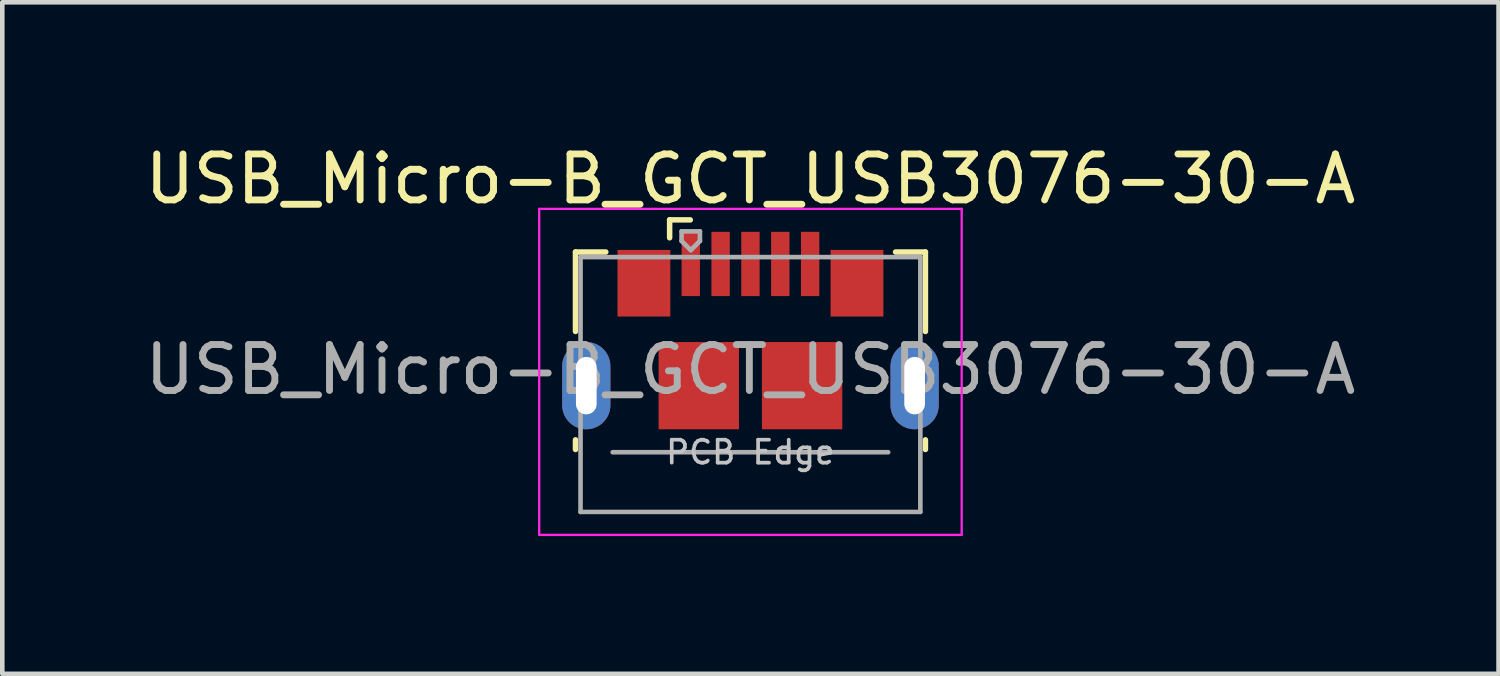
<source format=kicad_pcb>
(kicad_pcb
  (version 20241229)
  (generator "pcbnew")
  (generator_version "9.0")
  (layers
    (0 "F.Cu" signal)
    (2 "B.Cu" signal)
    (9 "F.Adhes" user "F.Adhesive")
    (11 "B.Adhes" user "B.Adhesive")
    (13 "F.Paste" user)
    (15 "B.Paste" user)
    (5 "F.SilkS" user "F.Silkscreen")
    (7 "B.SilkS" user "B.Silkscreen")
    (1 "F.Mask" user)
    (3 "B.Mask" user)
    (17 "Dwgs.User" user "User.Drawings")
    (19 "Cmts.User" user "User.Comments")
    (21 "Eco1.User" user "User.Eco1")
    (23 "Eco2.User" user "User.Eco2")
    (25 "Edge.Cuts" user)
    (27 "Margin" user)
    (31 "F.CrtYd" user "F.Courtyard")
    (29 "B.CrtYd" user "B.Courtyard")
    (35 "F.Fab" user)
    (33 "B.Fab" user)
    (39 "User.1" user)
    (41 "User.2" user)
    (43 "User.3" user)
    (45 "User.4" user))
  (footprint "USB_Micro-B_GCT_USB3076-30-A"
    (layer "F.Cu")
    (at 13.292 4.148)
    (property "Reference" "USB_Micro-B_GCT_USB3076-30-A" (at 0 -3.3 0) (layer "F.SilkS") (effects (font (size 1 1) (thickness 0.15))))
    (attr smd)
    (fp_line (start -3.81 -1.71) (end -3.15 -1.71) (stroke (width 0.12) (type solid)) (layer "F.SilkS"))
    (fp_line (start -3.81 0.02) (end -3.81 -1.71) (stroke (width 0.12) (type solid)) (layer "F.SilkS"))
    (fp_line (start -3.81 2.59) (end -3.81 2.38) (stroke (width 0.12) (type solid)) (layer "F.SilkS"))
    (fp_line (start -1.76 -2.41) (end -1.76 -2.02) (stroke (width 0.12) (type solid)) (layer "F.SilkS"))
    (fp_line (start -1.76 -2.41) (end -1.31 -2.41) (stroke (width 0.12) (type solid)) (layer "F.SilkS"))
    (fp_line (start 3.81 -1.71) (end 3.16 -1.71) (stroke (width 0.12) (type solid)) (layer "F.SilkS"))
    (fp_line (start 3.81 0.02) (end 3.81 -1.71) (stroke (width 0.12) (type solid)) (layer "F.SilkS"))
    (fp_line (start 3.81 2.59) (end 3.81 2.38) (stroke (width 0.12) (type solid)) (layer "F.SilkS"))
    (fp_line (start -4.6 -2.65) (end 4.6 -2.65) (stroke (width 0.05) (type solid)) (layer "F.CrtYd"))
    (fp_line (start -4.6 4.45) (end -4.6 -2.65) (stroke (width 0.05) (type solid)) (layer "F.CrtYd"))
    (fp_line (start -4.6 4.45) (end 4.6 4.45) (stroke (width 0.05) (type solid)) (layer "F.CrtYd"))
    (fp_line (start 4.6 -2.65) (end 4.6 4.45) (stroke (width 0.05) (type solid)) (layer "F.CrtYd"))
    (fp_line (start -3.7 -1.6) (end 3.7 -1.6) (stroke (width 0.1) (type solid)) (layer "F.Fab"))
    (fp_line (start -3.7 3.95) (end -3.7 -1.6) (stroke (width 0.1) (type solid)) (layer "F.Fab"))
    (fp_line (start -3.7 3.95) (end 3.7 3.95) (stroke (width 0.1) (type solid)) (layer "F.Fab"))
    (fp_line (start -3 2.65) (end 3 2.65) (stroke (width 0.1) (type solid)) (layer "F.Fab"))
    (fp_line (start -1.5 -2.16) (end -1.5 -1.95) (stroke (width 0.1) (type solid)) (layer "F.Fab"))
    (fp_line (start -1.5 -2.16) (end -1.1 -2.16) (stroke (width 0.1) (type solid)) (layer "F.Fab"))
    (fp_line (start -1.3 -1.75) (end -1.5 -1.95) (stroke (width 0.1) (type solid)) (layer "F.Fab"))
    (fp_line (start -1.1 -2.16) (end -1.1 -1.95) (stroke (width 0.1) (type solid)) (layer "F.Fab"))
    (fp_line (start -1.1 -1.95) (end -1.3 -1.75) (stroke (width 0.1) (type solid)) (layer "F.Fab"))
    (fp_line (start 3.7 3.95) (end 3.7 -1.6) (stroke (width 0.1) (type solid)) (layer "F.Fab"))
    (fp_text user "PCB Edge" (at 0 2.65 0) (layer "Dwgs.User") (effects (font (size 0.5 0.5) (thickness 0.08))))
    (fp_text user "${REFERENCE}" (at 0 0.85 0) (layer "F.Fab") (effects (font (size 1 1) (thickness 0.15))))
    (pad "1" smd rect (at -1.3 -1.45) (size 0.4 1.4) (layers "F.Cu" "F.Mask" "F.Paste"))
    (pad "2" smd rect (at -0.65 -1.45) (size 0.4 1.4) (layers "F.Cu" "F.Mask" "F.Paste"))
    (pad "3" smd rect (at 0 -1.45) (size 0.4 1.4) (layers "F.Cu" "F.Mask" "F.Paste"))
    (pad "4" smd rect (at 0.65 -1.45) (size 0.4 1.4) (layers "F.Cu" "F.Mask" "F.Paste"))
    (pad "5" smd rect (at 1.3 -1.45) (size 0.4 1.4) (layers "F.Cu" "F.Mask" "F.Paste"))
    (pad "6" thru_hole oval (at -3.575 1.2 180) (size 1.05 1.9) (drill oval 0.45 1.25) (layers "*.Cu" "*.Mask"))
    (pad "6" smd rect (at -2.32 -1.03) (size 1.15 1.45) (layers "F.Cu" "F.Mask" "F.Paste"))
    (pad "6" smd rect (at -1.125 1.2) (size 1.75 1.9) (layers "F.Cu" "F.Mask" "F.Paste"))
    (pad "6" smd rect (at 1.125 1.2) (size 1.75 1.9) (layers "F.Cu" "F.Mask" "F.Paste"))
    (pad "6" smd rect (at 2.32 -1.03) (size 1.15 1.45) (layers "F.Cu" "F.Mask" "F.Paste"))
    (pad "6" thru_hole oval (at 3.575 1.2) (size 1.05 1.9) (drill oval 0.45 1.25) (layers "*.Cu" "*.Mask")))
  (gr_rect
    (start -3 -3)
    (end 29.583 11.623)
    (stroke (width 0.1) (type default))
    (fill no)
    (layer "Edge.Cuts")))
</source>
